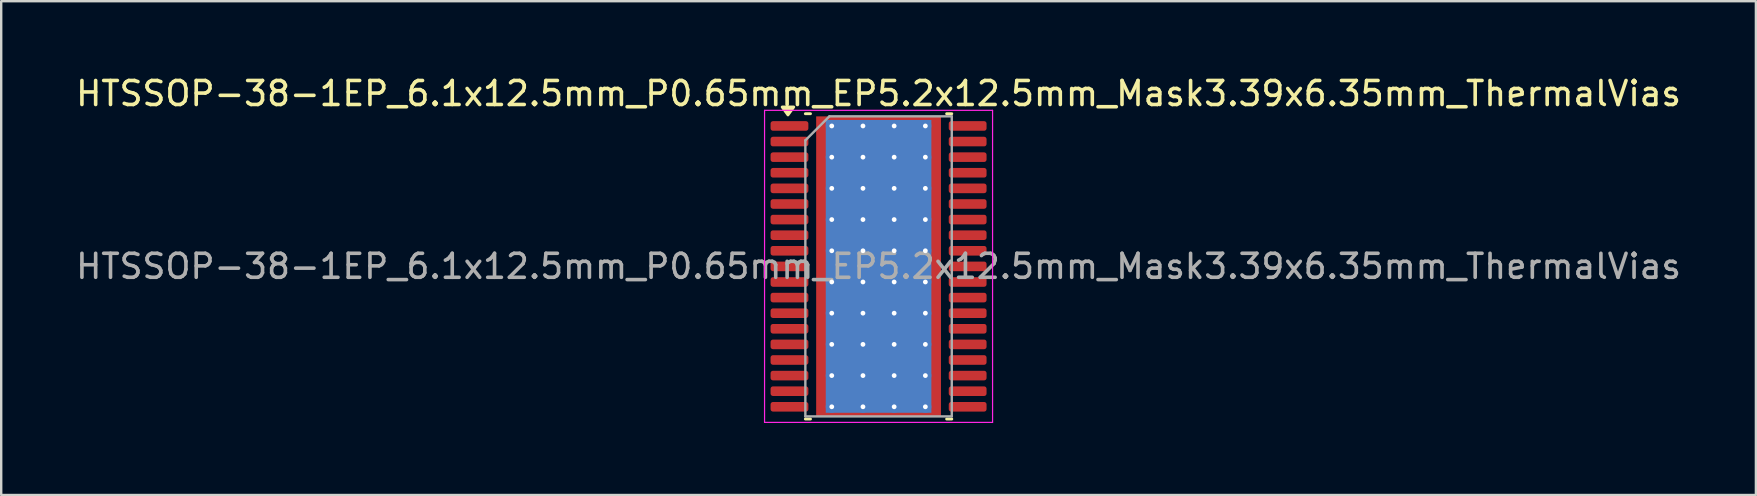
<source format=kicad_pcb>
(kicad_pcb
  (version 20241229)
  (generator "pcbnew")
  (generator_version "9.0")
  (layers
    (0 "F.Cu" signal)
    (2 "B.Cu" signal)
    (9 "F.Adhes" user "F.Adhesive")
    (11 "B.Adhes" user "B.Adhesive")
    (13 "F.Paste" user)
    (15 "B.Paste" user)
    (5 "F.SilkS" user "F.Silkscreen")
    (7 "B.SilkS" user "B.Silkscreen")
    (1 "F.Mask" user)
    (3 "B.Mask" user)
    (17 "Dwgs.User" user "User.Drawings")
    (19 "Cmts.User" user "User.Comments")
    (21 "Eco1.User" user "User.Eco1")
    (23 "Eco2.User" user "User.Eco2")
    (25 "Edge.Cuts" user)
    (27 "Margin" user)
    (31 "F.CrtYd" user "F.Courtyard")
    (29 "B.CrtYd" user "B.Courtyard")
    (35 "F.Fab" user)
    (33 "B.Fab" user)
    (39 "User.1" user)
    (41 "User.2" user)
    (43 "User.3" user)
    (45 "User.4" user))
  (footprint "HTSSOP-38-1EP_6.1x12.5mm_P0.65mm_EP5.2x12.5mm_Mask3.39x6.35mm_ThermalVias"
    (layer "F.Cu")
    (at 33.554 8.048)
    (property "Reference" "HTSSOP-38-1EP_6.1x12.5mm_P0.65mm_EP5.2x12.5mm_Mask3.39x6.35mm_ThermalVias" (at 0 -7.2 0) (layer "F.SilkS") (effects (font (size 1 1) (thickness 0.15))))
    (attr smd)
    (fp_line (start -2.836 -6.36) (end -3.05 -6.36) (stroke (width 0.12) (type solid)) (layer "F.SilkS"))
    (fp_line (start -2.836 6.36) (end -3.05 6.36) (stroke (width 0.12) (type solid)) (layer "F.SilkS"))
    (fp_line (start 2.836 -6.36) (end 3.05 -6.36) (stroke (width 0.12) (type solid)) (layer "F.SilkS"))
    (fp_line (start 2.836 6.36) (end 3.05 6.36) (stroke (width 0.12) (type solid)) (layer "F.SilkS"))
    (fp_poly (pts (xy -3.775 -6.31) (xy -4.015 -6.64) (xy -3.535 -6.64) (xy -3.775 -6.31)) (stroke (width 0.12) (type solid)) (fill yes) (layer "F.SilkS"))
    (fp_line (start -4.75 -6.5) (end -4.75 6.5) (stroke (width 0.05) (type solid)) (layer "F.CrtYd"))
    (fp_line (start -4.75 6.5) (end 4.75 6.5) (stroke (width 0.05) (type solid)) (layer "F.CrtYd"))
    (fp_line (start 4.75 -6.5) (end -4.75 -6.5) (stroke (width 0.05) (type solid)) (layer "F.CrtYd"))
    (fp_line (start 4.75 6.5) (end 4.75 -6.5) (stroke (width 0.05) (type solid)) (layer "F.CrtYd"))
    (fp_line (start -3.05 -5.25) (end -2.05 -6.25) (stroke (width 0.1) (type solid)) (layer "F.Fab"))
    (fp_line (start -3.05 6.25) (end -3.05 -5.25) (stroke (width 0.1) (type solid)) (layer "F.Fab"))
    (fp_line (start -2.05 -6.25) (end 3.05 -6.25) (stroke (width 0.1) (type solid)) (layer "F.Fab"))
    (fp_line (start 3.05 -6.25) (end 3.05 6.25) (stroke (width 0.1) (type solid)) (layer "F.Fab"))
    (fp_line (start 3.05 6.25) (end -3.05 6.25) (stroke (width 0.1) (type solid)) (layer "F.Fab"))
    (fp_text user "${REFERENCE}" (at 0 0 0) (layer "F.Fab") (effects (font (size 1 1) (thickness 0.15))))
    (pad "" smd roundrect (at -0.85 -2.12) (size 1.37 1.71) (layers "F.Paste") (roundrect_rratio 0.182))
    (pad "" smd roundrect (at -0.85 0) (size 1.37 1.71) (layers "F.Paste") (roundrect_rratio 0.182))
    (pad "" smd roundrect (at -0.85 2.12) (size 1.37 1.71) (layers "F.Paste") (roundrect_rratio 0.182))
    (pad "" smd rect (at 0 0) (size 3.39 6.35) (layers "F.Mask"))
    (pad "" smd roundrect (at 0.85 -2.12) (size 1.37 1.71) (layers "F.Paste") (roundrect_rratio 0.182))
    (pad "" smd roundrect (at 0.85 0) (size 1.37 1.71) (layers "F.Paste") (roundrect_rratio 0.182))
    (pad "" smd roundrect (at 0.85 2.12) (size 1.37 1.71) (layers "F.Paste") (roundrect_rratio 0.182))
    (pad "1" smd roundrect (at -3.712 -5.85) (size 1.575 0.4) (layers "F.Cu" "F.Mask" "F.Paste") (roundrect_rratio 0.25))
    (pad "2" smd roundrect (at -3.712 -5.2) (size 1.575 0.4) (layers "F.Cu" "F.Mask" "F.Paste") (roundrect_rratio 0.25))
    (pad "3" smd roundrect (at -3.712 -4.55) (size 1.575 0.4) (layers "F.Cu" "F.Mask" "F.Paste") (roundrect_rratio 0.25))
    (pad "4" smd roundrect (at -3.712 -3.9) (size 1.575 0.4) (layers "F.Cu" "F.Mask" "F.Paste") (roundrect_rratio 0.25))
    (pad "5" smd roundrect (at -3.712 -3.25) (size 1.575 0.4) (layers "F.Cu" "F.Mask" "F.Paste") (roundrect_rratio 0.25))
    (pad "6" smd roundrect (at -3.712 -2.6) (size 1.575 0.4) (layers "F.Cu" "F.Mask" "F.Paste") (roundrect_rratio 0.25))
    (pad "7" smd roundrect (at -3.712 -1.95) (size 1.575 0.4) (layers "F.Cu" "F.Mask" "F.Paste") (roundrect_rratio 0.25))
    (pad "8" smd roundrect (at -3.712 -1.3) (size 1.575 0.4) (layers "F.Cu" "F.Mask" "F.Paste") (roundrect_rratio 0.25))
    (pad "9" smd roundrect (at -3.712 -0.65) (size 1.575 0.4) (layers "F.Cu" "F.Mask" "F.Paste") (roundrect_rratio 0.25))
    (pad "10" smd roundrect (at -3.712 0) (size 1.575 0.4) (layers "F.Cu" "F.Mask" "F.Paste") (roundrect_rratio 0.25))
    (pad "11" smd roundrect (at -3.712 0.65) (size 1.575 0.4) (layers "F.Cu" "F.Mask" "F.Paste") (roundrect_rratio 0.25))
    (pad "12" smd roundrect (at -3.712 1.3) (size 1.575 0.4) (layers "F.Cu" "F.Mask" "F.Paste") (roundrect_rratio 0.25))
    (pad "13" smd roundrect (at -3.712 1.95) (size 1.575 0.4) (layers "F.Cu" "F.Mask" "F.Paste") (roundrect_rratio 0.25))
    (pad "14" smd roundrect (at -3.712 2.6) (size 1.575 0.4) (layers "F.Cu" "F.Mask" "F.Paste") (roundrect_rratio 0.25))
    (pad "15" smd roundrect (at -3.712 3.25) (size 1.575 0.4) (layers "F.Cu" "F.Mask" "F.Paste") (roundrect_rratio 0.25))
    (pad "16" smd roundrect (at -3.712 3.9) (size 1.575 0.4) (layers "F.Cu" "F.Mask" "F.Paste") (roundrect_rratio 0.25))
    (pad "17" smd roundrect (at -3.712 4.55) (size 1.575 0.4) (layers "F.Cu" "F.Mask" "F.Paste") (roundrect_rratio 0.25))
    (pad "18" smd roundrect (at -3.712 5.2) (size 1.575 0.4) (layers "F.Cu" "F.Mask" "F.Paste") (roundrect_rratio 0.25))
    (pad "19" smd roundrect (at -3.712 5.85) (size 1.575 0.4) (layers "F.Cu" "F.Mask" "F.Paste") (roundrect_rratio 0.25))
    (pad "20" smd roundrect (at 3.712 5.85) (size 1.575 0.4) (layers "F.Cu" "F.Mask" "F.Paste") (roundrect_rratio 0.25))
    (pad "21" smd roundrect (at 3.712 5.2) (size 1.575 0.4) (layers "F.Cu" "F.Mask" "F.Paste") (roundrect_rratio 0.25))
    (pad "22" smd roundrect (at 3.712 4.55) (size 1.575 0.4) (layers "F.Cu" "F.Mask" "F.Paste") (roundrect_rratio 0.25))
    (pad "23" smd roundrect (at 3.712 3.9) (size 1.575 0.4) (layers "F.Cu" "F.Mask" "F.Paste") (roundrect_rratio 0.25))
    (pad "24" smd roundrect (at 3.712 3.25) (size 1.575 0.4) (layers "F.Cu" "F.Mask" "F.Paste") (roundrect_rratio 0.25))
    (pad "25" smd roundrect (at 3.712 2.6) (size 1.575 0.4) (layers "F.Cu" "F.Mask" "F.Paste") (roundrect_rratio 0.25))
    (pad "26" smd roundrect (at 3.712 1.95) (size 1.575 0.4) (layers "F.Cu" "F.Mask" "F.Paste") (roundrect_rratio 0.25))
    (pad "27" smd roundrect (at 3.712 1.3) (size 1.575 0.4) (layers "F.Cu" "F.Mask" "F.Paste") (roundrect_rratio 0.25))
    (pad "28" smd roundrect (at 3.712 0.65) (size 1.575 0.4) (layers "F.Cu" "F.Mask" "F.Paste") (roundrect_rratio 0.25))
    (pad "29" smd roundrect (at 3.712 0) (size 1.575 0.4) (layers "F.Cu" "F.Mask" "F.Paste") (roundrect_rratio 0.25))
    (pad "30" smd roundrect (at 3.712 -0.65) (size 1.575 0.4) (layers "F.Cu" "F.Mask" "F.Paste") (roundrect_rratio 0.25))
    (pad "31" smd roundrect (at 3.712 -1.3) (size 1.575 0.4) (layers "F.Cu" "F.Mask" "F.Paste") (roundrect_rratio 0.25))
    (pad "32" smd roundrect (at 3.712 -1.95) (size 1.575 0.4) (layers "F.Cu" "F.Mask" "F.Paste") (roundrect_rratio 0.25))
    (pad "33" smd roundrect (at 3.712 -2.6) (size 1.575 0.4) (layers "F.Cu" "F.Mask" "F.Paste") (roundrect_rratio 0.25))
    (pad "34" smd roundrect (at 3.712 -3.25) (size 1.575 0.4) (layers "F.Cu" "F.Mask" "F.Paste") (roundrect_rratio 0.25))
    (pad "35" smd roundrect (at 3.712 -3.9) (size 1.575 0.4) (layers "F.Cu" "F.Mask" "F.Paste") (roundrect_rratio 0.25))
    (pad "36" smd roundrect (at 3.712 -4.55) (size 1.575 0.4) (layers "F.Cu" "F.Mask" "F.Paste") (roundrect_rratio 0.25))
    (pad "37" smd roundrect (at 3.712 -5.2) (size 1.575 0.4) (layers "F.Cu" "F.Mask" "F.Paste") (roundrect_rratio 0.25))
    (pad "38" smd roundrect (at 3.712 -5.85) (size 1.575 0.4) (layers "F.Cu" "F.Mask" "F.Paste") (roundrect_rratio 0.25))
    (pad "39" thru_hole circle (at -1.95 -5.85) (size 0.5 0.5) (drill 0.2) (property pad_prop_heatsink) (layers "*.Cu"))
    (pad "39" thru_hole circle (at -1.95 -4.55) (size 0.5 0.5) (drill 0.2) (property pad_prop_heatsink) (layers "*.Cu"))
    (pad "39" thru_hole circle (at -1.95 -3.25) (size 0.5 0.5) (drill 0.2) (property pad_prop_heatsink) (layers "*.Cu"))
    (pad "39" thru_hole circle (at -1.95 -1.95) (size 0.5 0.5) (drill 0.2) (property pad_prop_heatsink) (layers "*.Cu"))
    (pad "39" thru_hole circle (at -1.95 -0.65) (size 0.5 0.5) (drill 0.2) (property pad_prop_heatsink) (layers "*.Cu"))
    (pad "39" thru_hole circle (at -1.95 0.65) (size 0.5 0.5) (drill 0.2) (property pad_prop_heatsink) (layers "*.Cu"))
    (pad "39" thru_hole circle (at -1.95 1.95) (size 0.5 0.5) (drill 0.2) (property pad_prop_heatsink) (layers "*.Cu"))
    (pad "39" thru_hole circle (at -1.95 3.25) (size 0.5 0.5) (drill 0.2) (property pad_prop_heatsink) (layers "*.Cu"))
    (pad "39" thru_hole circle (at -1.95 4.55) (size 0.5 0.5) (drill 0.2) (property pad_prop_heatsink) (layers "*.Cu"))
    (pad "39" thru_hole circle (at -1.95 5.85) (size 0.5 0.5) (drill 0.2) (property pad_prop_heatsink) (layers "*.Cu"))
    (pad "39" thru_hole circle (at -0.65 -5.85) (size 0.5 0.5) (drill 0.2) (property pad_prop_heatsink) (layers "*.Cu"))
    (pad "39" thru_hole circle (at -0.65 -4.55) (size 0.5 0.5) (drill 0.2) (property pad_prop_heatsink) (layers "*.Cu"))
    (pad "39" thru_hole circle (at -0.65 -3.25) (size 0.5 0.5) (drill 0.2) (property pad_prop_heatsink) (layers "*.Cu"))
    (pad "39" thru_hole circle (at -0.65 -1.95) (size 0.5 0.5) (drill 0.2) (property pad_prop_heatsink) (layers "*.Cu"))
    (pad "39" thru_hole circle (at -0.65 -0.65) (size 0.5 0.5) (drill 0.2) (property pad_prop_heatsink) (layers "*.Cu"))
    (pad "39" thru_hole circle (at -0.65 0.65) (size 0.5 0.5) (drill 0.2) (property pad_prop_heatsink) (layers "*.Cu"))
    (pad "39" thru_hole circle (at -0.65 1.95) (size 0.5 0.5) (drill 0.2) (property pad_prop_heatsink) (layers "*.Cu"))
    (pad "39" thru_hole circle (at -0.65 3.25) (size 0.5 0.5) (drill 0.2) (property pad_prop_heatsink) (layers "*.Cu"))
    (pad "39" thru_hole circle (at -0.65 4.55) (size 0.5 0.5) (drill 0.2) (property pad_prop_heatsink) (layers "*.Cu"))
    (pad "39" thru_hole circle (at -0.65 5.85) (size 0.5 0.5) (drill 0.2) (property pad_prop_heatsink) (layers "*.Cu"))
    (pad "39" smd rect (at 0 0) (size 4.4 12.2) (property pad_prop_heatsink) (layers "B.Cu"))
    (pad "39" smd rect (at 0 0) (size 5.2 12.5) (property pad_prop_heatsink) (layers "F.Cu"))
    (pad "39" thru_hole circle (at 0.65 -5.85) (size 0.5 0.5) (drill 0.2) (property pad_prop_heatsink) (layers "*.Cu"))
    (pad "39" thru_hole circle (at 0.65 -4.55) (size 0.5 0.5) (drill 0.2) (property pad_prop_heatsink) (layers "*.Cu"))
    (pad "39" thru_hole circle (at 0.65 -3.25) (size 0.5 0.5) (drill 0.2) (property pad_prop_heatsink) (layers "*.Cu"))
    (pad "39" thru_hole circle (at 0.65 -1.95) (size 0.5 0.5) (drill 0.2) (property pad_prop_heatsink) (layers "*.Cu"))
    (pad "39" thru_hole circle (at 0.65 -0.65) (size 0.5 0.5) (drill 0.2) (property pad_prop_heatsink) (layers "*.Cu"))
    (pad "39" thru_hole circle (at 0.65 0.65) (size 0.5 0.5) (drill 0.2) (property pad_prop_heatsink) (layers "*.Cu"))
    (pad "39" thru_hole circle (at 0.65 1.95) (size 0.5 0.5) (drill 0.2) (property pad_prop_heatsink) (layers "*.Cu"))
    (pad "39" thru_hole circle (at 0.65 3.25) (size 0.5 0.5) (drill 0.2) (property pad_prop_heatsink) (layers "*.Cu"))
    (pad "39" thru_hole circle (at 0.65 4.55) (size 0.5 0.5) (drill 0.2) (property pad_prop_heatsink) (layers "*.Cu"))
    (pad "39" thru_hole circle (at 0.65 5.85) (size 0.5 0.5) (drill 0.2) (property pad_prop_heatsink) (layers "*.Cu"))
    (pad "39" thru_hole circle (at 1.95 -5.85) (size 0.5 0.5) (drill 0.2) (property pad_prop_heatsink) (layers "*.Cu"))
    (pad "39" thru_hole circle (at 1.95 -4.55) (size 0.5 0.5) (drill 0.2) (property pad_prop_heatsink) (layers "*.Cu"))
    (pad "39" thru_hole circle (at 1.95 -3.25) (size 0.5 0.5) (drill 0.2) (property pad_prop_heatsink) (layers "*.Cu"))
    (pad "39" thru_hole circle (at 1.95 -1.95) (size 0.5 0.5) (drill 0.2) (property pad_prop_heatsink) (layers "*.Cu"))
    (pad "39" thru_hole circle (at 1.95 -0.65) (size 0.5 0.5) (drill 0.2) (property pad_prop_heatsink) (layers "*.Cu"))
    (pad "39" thru_hole circle (at 1.95 0.65) (size 0.5 0.5) (drill 0.2) (property pad_prop_heatsink) (layers "*.Cu"))
    (pad "39" thru_hole circle (at 1.95 1.95) (size 0.5 0.5) (drill 0.2) (property pad_prop_heatsink) (layers "*.Cu"))
    (pad "39" thru_hole circle (at 1.95 3.25) (size 0.5 0.5) (drill 0.2) (property pad_prop_heatsink) (layers "*.Cu"))
    (pad "39" thru_hole circle (at 1.95 4.55) (size 0.5 0.5) (drill 0.2) (property pad_prop_heatsink) (layers "*.Cu"))
    (pad "39" thru_hole circle (at 1.95 5.85) (size 0.5 0.5) (drill 0.2) (property pad_prop_heatsink) (layers "*.Cu")))
  (gr_rect
    (start -3 -3)
    (end 70.107 17.573)
    (stroke (width 0.1) (type default))
    (fill no)
    (layer "Edge.Cuts")))
</source>
